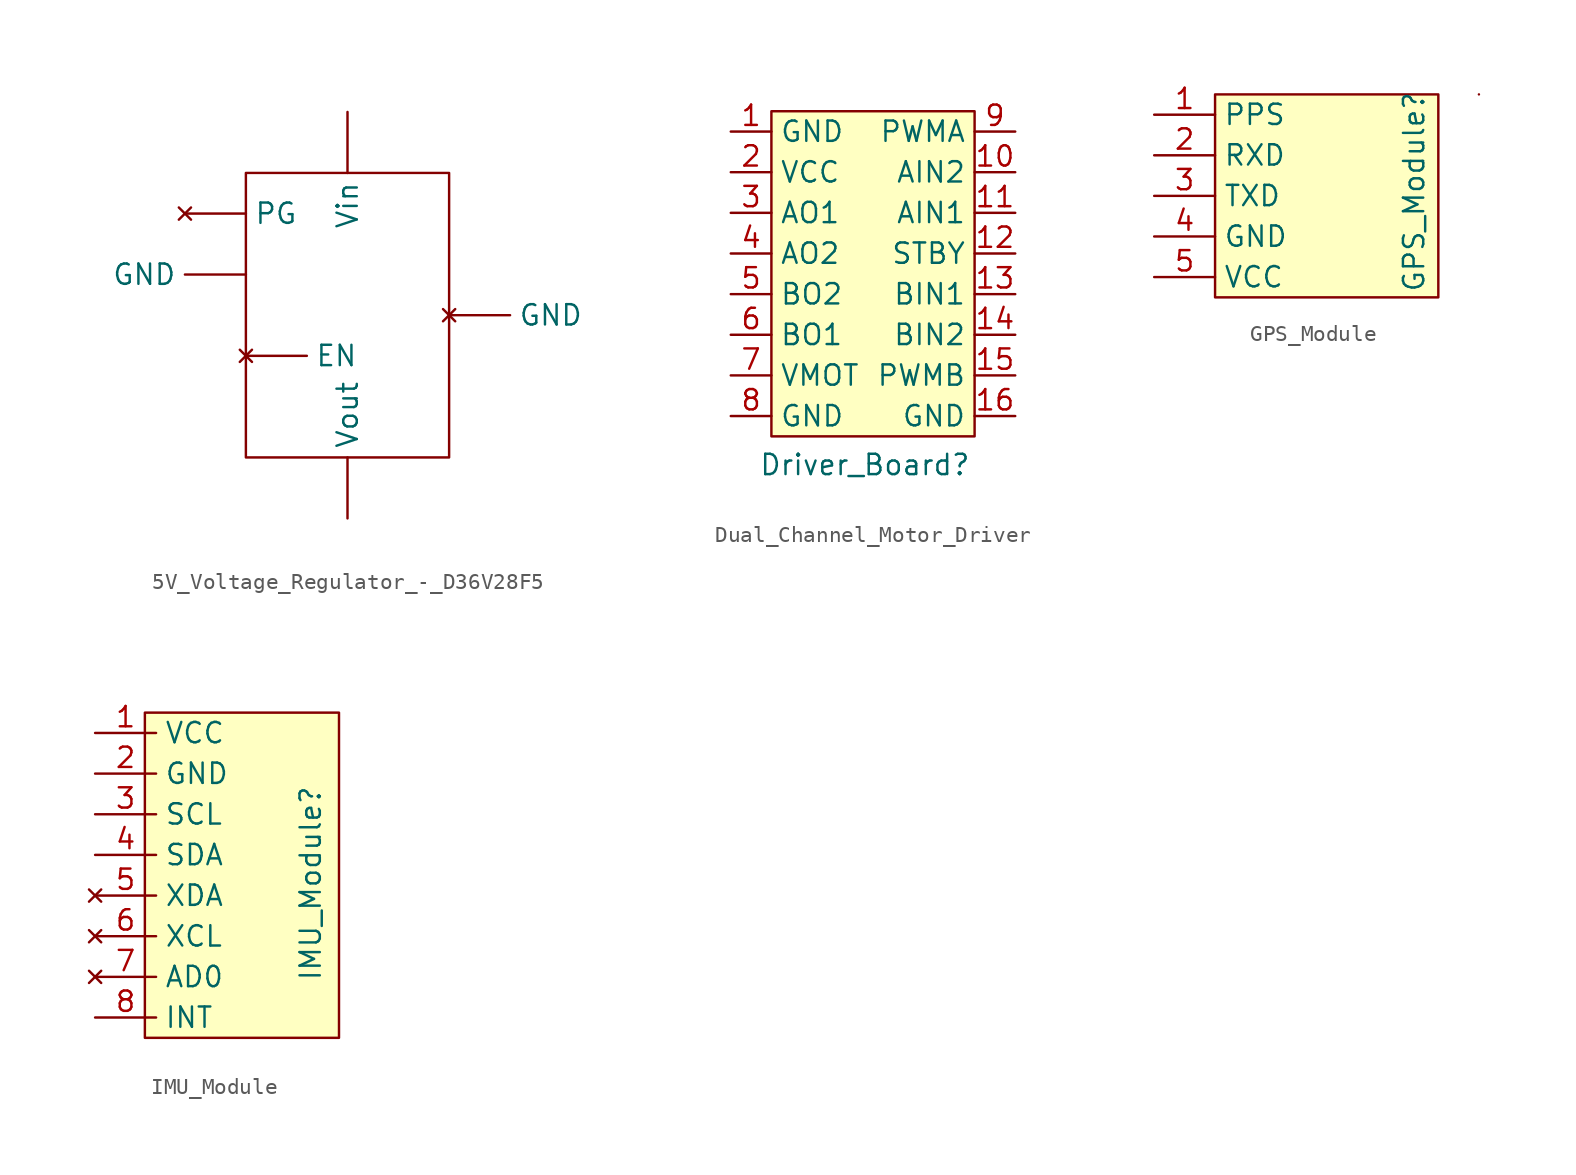
<source format=kicad_sym>
(kicad_symbol_lib
  (version 20241209)
  (generator "kicad_symbol_editor")
  (generator_version "9.0")
  (symbol "5V_Voltage_Regulator_-_D36V28F5"
    (property "Reference" "U"
      (at 0 0 0)
      (effects (font (size 1.27 1.27)) (hide yes)))
    (property "Value" ""
      (at 0 0 0)
      (effects (font (size 1.27 1.27))))
    (symbol "5V_Voltage_Regulator_-_D36V28F5_0_1"
      (rectangle (start -6.35 8.89) (end 6.35 -8.89) (stroke (width 0) (type default)) (fill (type none))))
    (symbol "5V_Voltage_Regulator_-_D36V28F5_1_1"
      (pin no_connect line (at -10.16 6.35 0) (length 3.81) (name "PG" (effects (font (size 1.27 1.27)))) (number "" (effects (font (size 1.27 1.27)))))
      (pin power_in line (at -6.35 2.54 180) (length 3.81) (name "GND" (effects (font (size 1.27 1.27)))) (number "" (effects (font (size 1.27 1.27)))))
      (pin no_connect line (at -6.35 -2.54 0) (length 3.81) (name "EN" (effects (font (size 1.27 1.27)))) (number "" (effects (font (size 1.27 1.27)))))
      (pin power_in line (at 0 12.7 270) (length 3.81) (name "Vin" (effects (font (size 1.27 1.27)))) (number "" (effects (font (size 1.27 1.27)))))
      (pin power_out line (at 0 -12.7 90) (length 3.81) (name "Vout" (effects (font (size 1.27 1.27)))) (number "" (effects (font (size 1.27 1.27)))))
      (pin no_connect line (at 6.35 0 0) (length 3.81) (name "GND" (effects (font (size 1.27 1.27)))) (number "" (effects (font (size 1.27 1.27)))))))
  (symbol "Dual_Channel_Motor_Driver"
    (property "Reference" "Driver_Board"
      (at -0.508 -13.208 0)
      (effects (font (size 1.27 1.27))))
    (property "Value" ""
      (at 0 0 0)
      (effects (font (size 1.27 1.27))))
    (symbol "Dual_Channel_Motor_Driver_1_1"
      (rectangle (start -6.35 8.89) (end 6.35 -11.43) (stroke (width 0) (type solid)) (fill (type color) (color 255 255 194 1)))
      (pin passive line (at -8.89 7.62 0) (length 2.54) (name "GND" (effects (font (size 1.27 1.27)))) (number "1" (effects (font (size 1.27 1.27)))))
      (pin power_in line (at -8.89 5.08 0) (length 2.54) (name "VCC" (effects (font (size 1.27 1.27)))) (number "2" (effects (font (size 1.27 1.27)))))
      (pin output line (at -8.89 2.54 0) (length 2.54) (name "AO1" (effects (font (size 1.27 1.27)))) (number "3" (effects (font (size 1.27 1.27)))))
      (pin output line (at -8.89 0 0) (length 2.54) (name "AO2" (effects (font (size 1.27 1.27)))) (number "4" (effects (font (size 1.27 1.27)))))
      (pin output line (at -8.89 -2.54 0) (length 2.54) (name "BO2" (effects (font (size 1.27 1.27)))) (number "5" (effects (font (size 1.27 1.27)))))
      (pin output line (at -8.89 -5.08 0) (length 2.54) (name "BO1" (effects (font (size 1.27 1.27)))) (number "6" (effects (font (size 1.27 1.27)))))
      (pin power_in line (at -8.89 -7.62 0) (length 2.54) (name "VMOT" (effects (font (size 1.27 1.27)))) (number "7" (effects (font (size 1.27 1.27)))))
      (pin passive line (at -8.89 -10.16 0) (length 2.54) (name "GND" (effects (font (size 1.27 1.27)))) (number "8" (effects (font (size 1.27 1.27)))))
      (pin input line (at 8.89 7.62 180) (length 2.54) (name "PWMA" (effects (font (size 1.27 1.27)))) (number "9" (effects (font (size 1.27 1.27)))))
      (pin input line (at 8.89 5.08 180) (length 2.54) (name "AIN2" (effects (font (size 1.27 1.27)))) (number "10" (effects (font (size 1.27 1.27)))))
      (pin input line (at 8.89 2.54 180) (length 2.54) (name "AIN1" (effects (font (size 1.27 1.27)))) (number "11" (effects (font (size 1.27 1.27)))))
      (pin input line (at 8.89 0 180) (length 2.54) (name "STBY" (effects (font (size 1.27 1.27)))) (number "12" (effects (font (size 1.27 1.27)))))
      (pin input line (at 8.89 -2.54 180) (length 2.54) (name "BIN1" (effects (font (size 1.27 1.27)))) (number "13" (effects (font (size 1.27 1.27)))))
      (pin input line (at 8.89 -5.08 180) (length 2.54) (name "BIN2" (effects (font (size 1.27 1.27)))) (number "14" (effects (font (size 1.27 1.27)))))
      (pin input line (at 8.89 -7.62 180) (length 2.54) (name "PWMB" (effects (font (size 1.27 1.27)))) (number "15" (effects (font (size 1.27 1.27)))))
      (pin passive line (at 8.89 -10.16 180) (length 2.54) (name "GND" (effects (font (size 1.27 1.27)))) (number "16" (effects (font (size 1.27 1.27)))))))
  (symbol "GPS_Module"
    (property "Reference" "GPS_Module"
      (at 4.826 0.254 90)
      (effects (font (size 1.27 1.27))))
    (property "Value" ""
      (at 0 0 0)
      (effects (font (size 1.27 1.27))))
    (symbol "GPS_Module_0_1"
      (rectangle (start 8.89 6.35) (end 8.89 6.35) (stroke (width 0) (type default)) (fill (type none))))
    (symbol "GPS_Module_1_1"
      (rectangle (start -7.62 6.35) (end 6.35 -6.35) (stroke (width 0) (type solid)) (fill (type color) (color 255 255 194 1)))
      (pin output line (at -11.43 5.08 0) (length 3.81) (name "PPS" (effects (font (size 1.27 1.27)))) (number "1" (effects (font (size 1.27 1.27)))))
      (pin bidirectional line (at -11.43 2.54 0) (length 3.81) (name "RXD" (effects (font (size 1.27 1.27)))) (number "2" (effects (font (size 1.27 1.27)))))
      (pin bidirectional line (at -11.43 0 0) (length 3.81) (name "TXD" (effects (font (size 1.27 1.27)))) (number "3" (effects (font (size 1.27 1.27)))))
      (pin power_out line (at -11.43 -2.54 0) (length 3.81) (name "GND" (effects (font (size 1.27 1.27)))) (number "4" (effects (font (size 1.27 1.27)))))
      (pin power_in line (at -11.43 -5.08 0) (length 3.81) (name "VCC" (effects (font (size 1.27 1.27)))) (number "5" (effects (font (size 1.27 1.27)))))))
  (symbol "IMU_Module"
    (property "Reference" "IMU_Module"
      (at 3.302 2.032 90)
      (effects (font (size 1.27 1.27))))
    (property "Value" ""
      (at 0 0 0)
      (effects (font (size 1.27 1.27))))
    (symbol "IMU_Module_1_1"
      (rectangle (start -7.05 12.7) (end 5.08 -7.62) (stroke (width 0) (type solid)) (fill (type color) (color 255 255 194 1)))
      (pin power_in line (at -10.16 11.43 0) (length 3.81) (name "VCC" (effects (font (size 1.27 1.27)))) (number "1" (effects (font (size 1.27 1.27)))))
      (pin power_out line (at -10.16 8.89 0) (length 3.81) (name "GND" (effects (font (size 1.27 1.27)))) (number "2" (effects (font (size 1.27 1.27)))))
      (pin bidirectional line (at -10.16 6.35 0) (length 3.81) (name "SCL" (effects (font (size 1.27 1.27)))) (number "3" (effects (font (size 1.27 1.27)))))
      (pin bidirectional line (at -10.16 3.81 0) (length 3.81) (name "SDA" (effects (font (size 1.27 1.27)))) (number "4" (effects (font (size 1.27 1.27)))))
      (pin no_connect line (at -10.16 1.27 0) (length 3.81) (name "XDA" (effects (font (size 1.27 1.27)))) (number "5" (effects (font (size 1.27 1.27)))))
      (pin no_connect line (at -10.16 -1.27 0) (length 3.81) (name "XCL" (effects (font (size 1.27 1.27)))) (number "6" (effects (font (size 1.27 1.27)))))
      (pin no_connect line (at -10.16 -3.81 0) (length 3.81) (name "AD0" (effects (font (size 1.27 1.27)))) (number "7" (effects (font (size 1.27 1.27)))))
      (pin output line (at -10.16 -6.35 0) (length 3.81) (name "INT" (effects (font (size 1.27 1.27)))) (number "8" (effects (font (size 1.27 1.27))))))))
</source>
